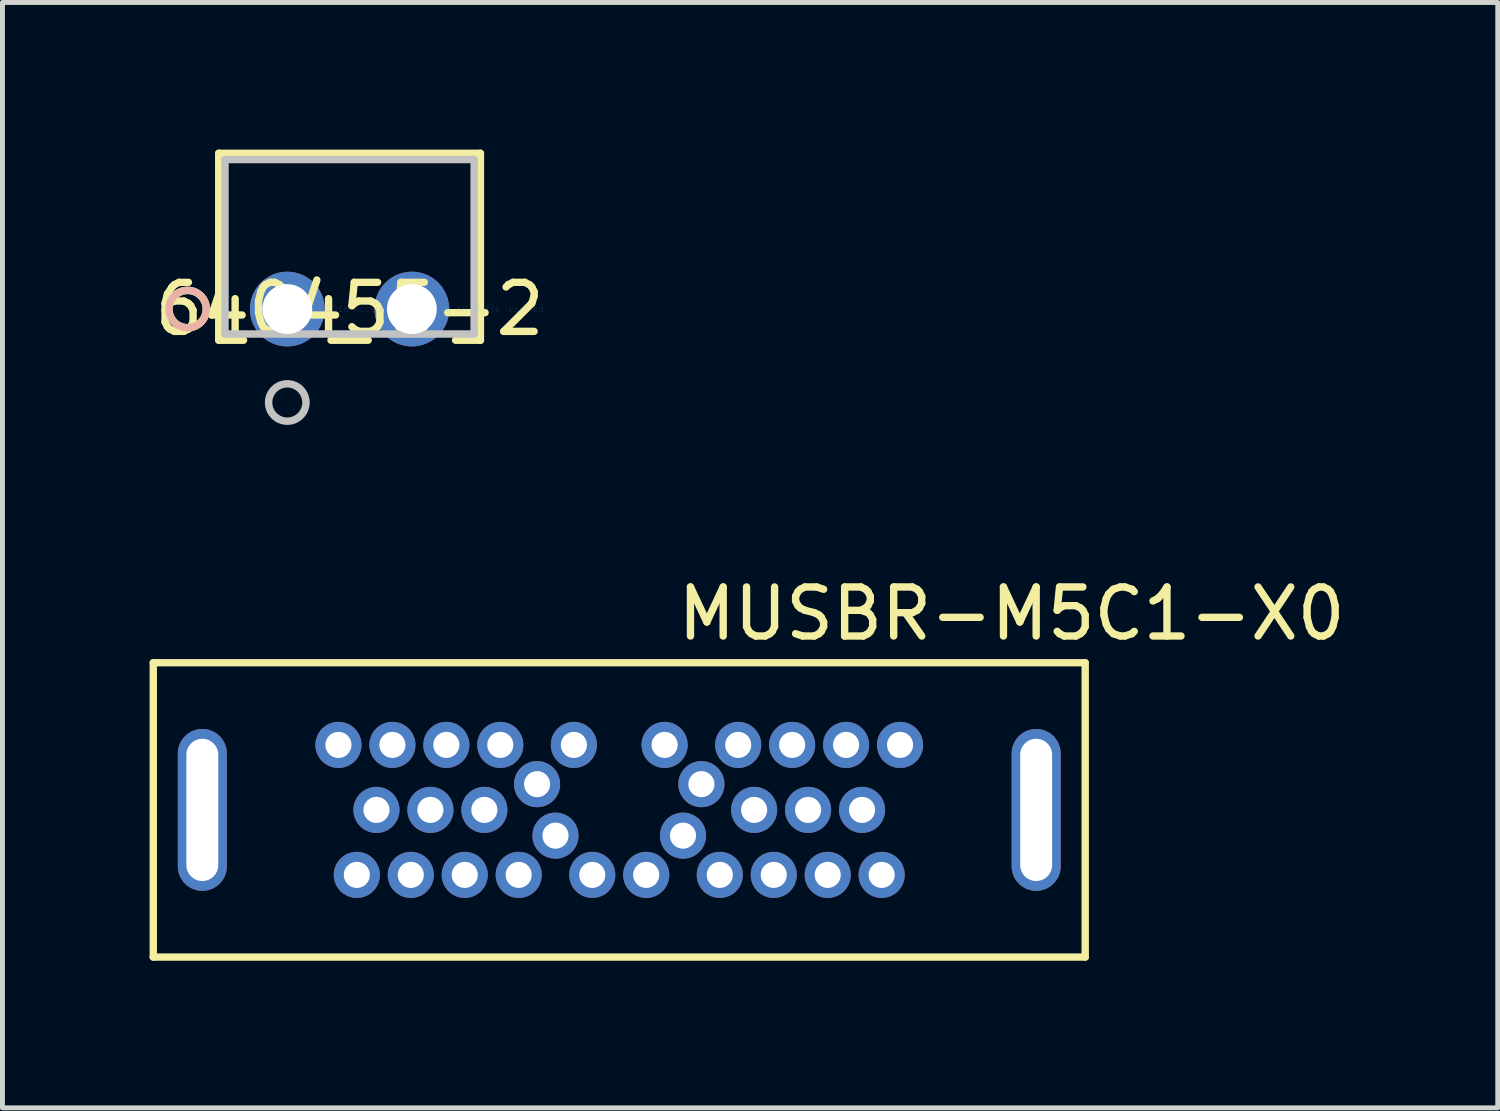
<source format=kicad_pcb>
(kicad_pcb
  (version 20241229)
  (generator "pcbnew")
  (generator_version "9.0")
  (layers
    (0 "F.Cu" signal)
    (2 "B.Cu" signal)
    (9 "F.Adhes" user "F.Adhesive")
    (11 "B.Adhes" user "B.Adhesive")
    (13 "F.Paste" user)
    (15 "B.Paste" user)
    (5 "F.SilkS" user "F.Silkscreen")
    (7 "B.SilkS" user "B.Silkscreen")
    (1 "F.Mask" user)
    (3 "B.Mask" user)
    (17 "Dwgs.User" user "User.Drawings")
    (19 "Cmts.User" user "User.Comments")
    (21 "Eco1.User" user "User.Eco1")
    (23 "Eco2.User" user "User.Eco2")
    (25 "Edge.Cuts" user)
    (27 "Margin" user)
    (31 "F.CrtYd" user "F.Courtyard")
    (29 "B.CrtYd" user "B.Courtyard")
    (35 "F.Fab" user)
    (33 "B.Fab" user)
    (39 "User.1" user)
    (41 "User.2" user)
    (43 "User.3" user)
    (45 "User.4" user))
  (footprint "640455-2"
    (layer "F.Cu")
    (at 5.347 3.251)
    (property "Reference" "640455-2" (at -1.27 0 0) (layer "F.SilkS") (effects (font (size 1 1) (thickness 0.15))))
    (attr through_hole)
    (fp_line (start -3.937 -3.175) (end -3.937 0.635) (stroke (width 0.152) (type solid)) (layer "F.SilkS"))
    (fp_line (start -3.937 0.635) (end -3.432 0.635) (stroke (width 0.152) (type solid)) (layer "F.SilkS"))
    (fp_line (start -1.648 0.635) (end -0.892 0.635) (stroke (width 0.152) (type solid)) (layer "F.SilkS"))
    (fp_line (start 0.892 0.635) (end 1.397 0.635) (stroke (width 0.152) (type solid)) (layer "F.SilkS"))
    (fp_line (start 1.397 -3.175) (end -3.937 -3.175) (stroke (width 0.152) (type solid)) (layer "F.SilkS"))
    (fp_line (start 1.397 0.635) (end 1.397 -3.175) (stroke (width 0.152) (type solid)) (layer "F.SilkS"))
    (fp_circle (center -4.572 0) (end -4.191 0) (stroke (width 0.152) (type solid)) (fill no) (layer "F.SilkS"))
    (fp_circle (center -4.572 0) (end -4.191 0) (stroke (width 0.152) (type solid)) (fill no) (layer "B.SilkS"))
    (fp_line (start -3.81 -3.048) (end -3.81 0.508) (stroke (width 0.152) (type solid)) (layer "Dwgs.User"))
    (fp_line (start -3.81 0.508) (end 1.27 0.508) (stroke (width 0.152) (type solid)) (layer "Dwgs.User"))
    (fp_line (start 1.27 -3.048) (end -3.81 -3.048) (stroke (width 0.152) (type solid)) (layer "Dwgs.User"))
    (fp_line (start 1.27 0.508) (end 1.27 -3.048) (stroke (width 0.152) (type solid)) (layer "Dwgs.User"))
    (fp_circle (center -2.54 1.905) (end -2.159 1.905) (stroke (width 0.152) (type solid)) (fill no) (layer "Dwgs.User"))
    (fp_text user "Copyright 2016 Accelerated Designs. All rights reserved." (at 0 0 0) (layer "Cmts.User") (effects (font (size 0.127 0.127) (thickness 0.002))))
    (pad "1" thru_hole circle (at -2.54 0) (size 1.524 1.524) (drill 1.016) (layers "*.Cu" "*.Mask"))
    (pad "2" thru_hole circle (at 0 0) (size 1.524 1.524) (drill 1.016) (layers "*.Cu" "*.Mask")))
  (footprint "MUSBR-M5C1-X0"
    (layer "F.Cu")
    (at 9.575 13.462)
    (property "Reference" "MUSBR-M5C1-X0" (at 8 -4 0) (layer "F.SilkS") (effects (font (size 1 1) (thickness 0.15))))
    (attr through_hole)
    (fp_line (start -9.5 -3) (end -9.5 3) (stroke (width 0.15) (type solid)) (layer "F.SilkS"))
    (fp_line (start -9.5 3) (end 9.5 3) (stroke (width 0.15) (type solid)) (layer "F.SilkS"))
    (fp_line (start 9.5 -3) (end -9.5 -3) (stroke (width 0.15) (type solid)) (layer "F.SilkS"))
    (fp_line (start 9.5 3) (end 9.5 -3) (stroke (width 0.15) (type solid)) (layer "F.SilkS"))
    (pad "0" thru_hole oval (at -8.5 0) (size 1 3.3) (drill oval 0.65 2.9) (layers "*.Cu" "*.Mask"))
    (pad "0" thru_hole oval (at 8.5 0) (size 1 3.3) (drill oval 0.65 2.9) (layers "*.Cu" "*.Mask"))
    (pad "A1" thru_hole circle (at -5.725 -1.325) (size 0.94 0.94) (drill 0.533) (layers "*.Cu" "*.Mask"))
    (pad "A2" thru_hole circle (at -4.625 -1.325) (size 0.94 0.94) (drill 0.533) (layers "*.Cu" "*.Mask"))
    (pad "A3" thru_hole circle (at -3.525 -1.325) (size 0.94 0.94) (drill 0.533) (layers "*.Cu" "*.Mask"))
    (pad "A4" thru_hole circle (at -2.425 -1.325) (size 0.94 0.94) (drill 0.533) (layers "*.Cu" "*.Mask"))
    (pad "A5" thru_hole circle (at -1.675 -0.525) (size 0.94 0.94) (drill 0.533) (layers "*.Cu" "*.Mask"))
    (pad "A6" thru_hole circle (at -0.925 -1.325) (size 0.94 0.94) (drill 0.533) (layers "*.Cu" "*.Mask"))
    (pad "A7" thru_hole circle (at 0.925 -1.325) (size 0.94 0.94) (drill 0.533) (layers "*.Cu" "*.Mask"))
    (pad "A8" thru_hole circle (at 1.675 -0.525) (size 0.94 0.94) (drill 0.533) (layers "*.Cu" "*.Mask"))
    (pad "A9" thru_hole circle (at 2.425 -1.325) (size 0.94 0.94) (drill 0.533) (layers "*.Cu" "*.Mask"))
    (pad "A10" thru_hole circle (at 3.525 -1.325) (size 0.94 0.94) (drill 0.533) (layers "*.Cu" "*.Mask"))
    (pad "A11" thru_hole circle (at 4.625 -1.325) (size 0.94 0.94) (drill 0.533) (layers "*.Cu" "*.Mask"))
    (pad "A12" thru_hole circle (at 5.725 -1.325) (size 0.94 0.94) (drill 0.533) (layers "*.Cu" "*.Mask"))
    (pad "B1" thru_hole circle (at 5.35 1.325) (size 0.94 0.94) (drill 0.533) (layers "*.Cu" "*.Mask"))
    (pad "B2" thru_hole circle (at 4.25 1.325) (size 0.94 0.94) (drill 0.533) (layers "*.Cu" "*.Mask"))
    (pad "B3" thru_hole circle (at 3.15 1.325) (size 0.94 0.94) (drill 0.533) (layers "*.Cu" "*.Mask"))
    (pad "B4" thru_hole circle (at 2.05 1.325) (size 0.94 0.94) (drill 0.533) (layers "*.Cu" "*.Mask"))
    (pad "B5" thru_hole circle (at 1.3 0.525) (size 0.94 0.94) (drill 0.533) (layers "*.Cu" "*.Mask"))
    (pad "B6" thru_hole circle (at 0.55 1.325) (size 0.94 0.94) (drill 0.533) (layers "*.Cu" "*.Mask"))
    (pad "B7" thru_hole circle (at -0.55 1.325) (size 0.94 0.94) (drill 0.533) (layers "*.Cu" "*.Mask"))
    (pad "B8" thru_hole circle (at -1.3 0.525) (size 0.94 0.94) (drill 0.533) (layers "*.Cu" "*.Mask"))
    (pad "B9" thru_hole circle (at -2.05 1.325) (size 0.94 0.94) (drill 0.533) (layers "*.Cu" "*.Mask"))
    (pad "B10" thru_hole circle (at -3.15 1.325) (size 0.94 0.94) (drill 0.533) (layers "*.Cu" "*.Mask"))
    (pad "B11" thru_hole circle (at -4.25 1.325) (size 0.94 0.94) (drill 0.533) (layers "*.Cu" "*.Mask"))
    (pad "B12" thru_hole circle (at -5.35 1.325) (size 0.94 0.94) (drill 0.533) (layers "*.Cu" "*.Mask"))
    (pad "G1" thru_hole circle (at -4.95 0) (size 0.94 0.94) (drill 0.533) (layers "*.Cu" "*.Mask"))
    (pad "G2" thru_hole circle (at -3.85 0) (size 0.94 0.94) (drill 0.533) (layers "*.Cu" "*.Mask"))
    (pad "G3" thru_hole circle (at -2.75 0) (size 0.94 0.94) (drill 0.533) (layers "*.Cu" "*.Mask"))
    (pad "G4" thru_hole circle (at 2.75 0) (size 0.94 0.94) (drill 0.533) (layers "*.Cu" "*.Mask"))
    (pad "G5" thru_hole circle (at 3.85 0) (size 0.94 0.94) (drill 0.533) (layers "*.Cu" "*.Mask"))
    (pad "G6" thru_hole circle (at 4.95 0) (size 0.94 0.94) (drill 0.533) (layers "*.Cu" "*.Mask")))
  (gr_rect
    (start -3 -3)
    (end 27.486 19.537)
    (stroke (width 0.1) (type default))
    (fill no)
    (layer "Edge.Cuts")))
</source>
